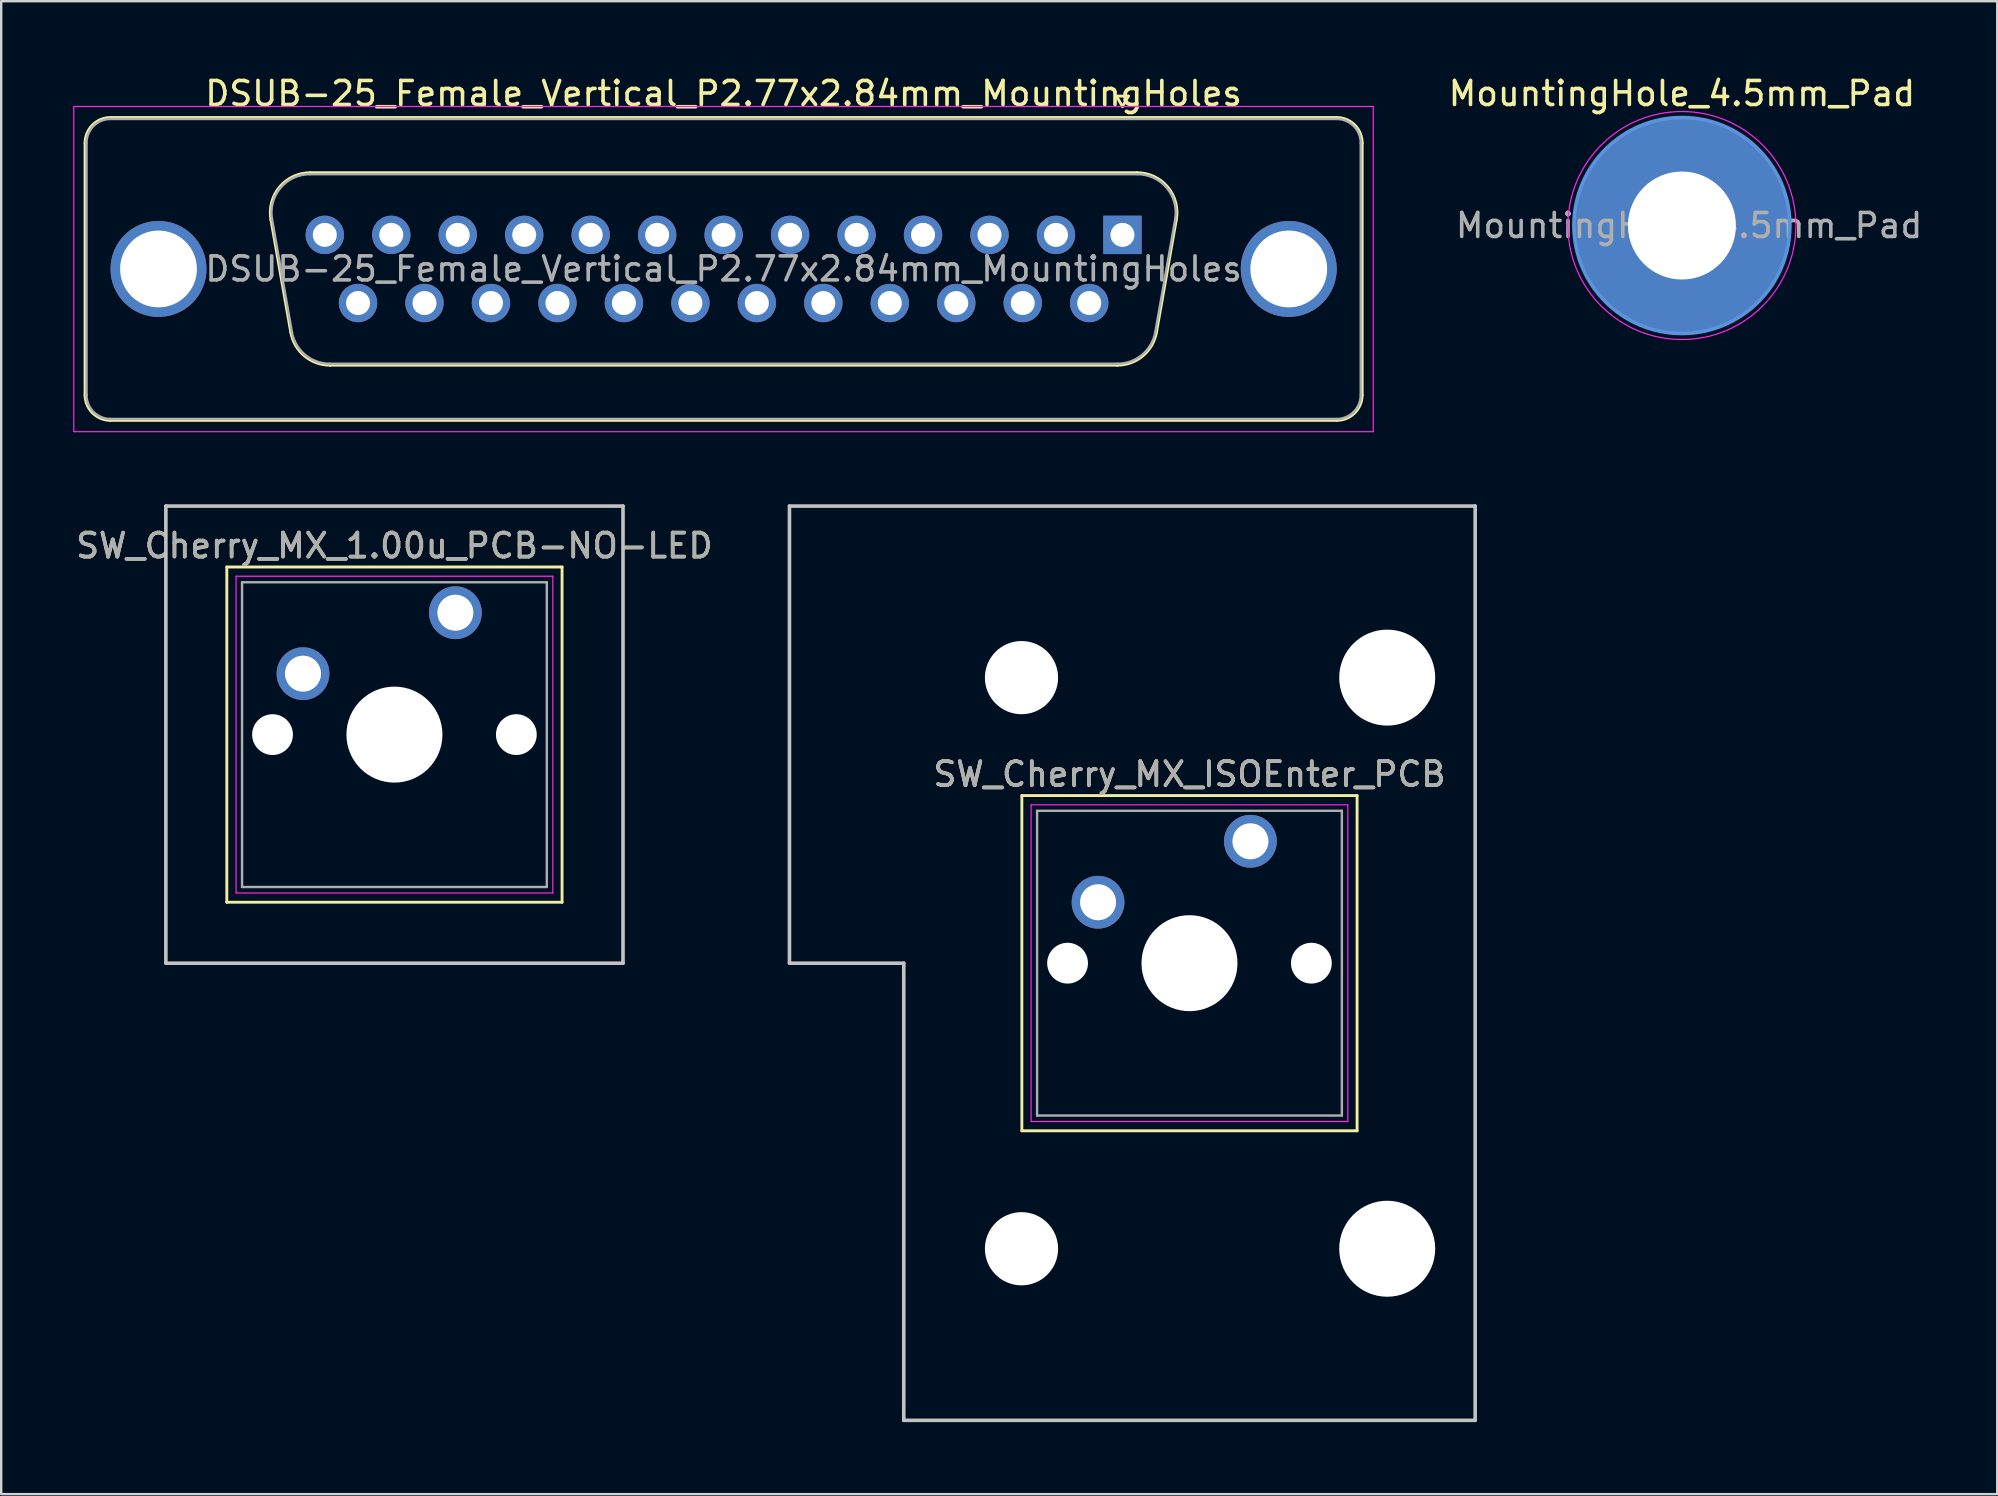
<source format=kicad_pcb>
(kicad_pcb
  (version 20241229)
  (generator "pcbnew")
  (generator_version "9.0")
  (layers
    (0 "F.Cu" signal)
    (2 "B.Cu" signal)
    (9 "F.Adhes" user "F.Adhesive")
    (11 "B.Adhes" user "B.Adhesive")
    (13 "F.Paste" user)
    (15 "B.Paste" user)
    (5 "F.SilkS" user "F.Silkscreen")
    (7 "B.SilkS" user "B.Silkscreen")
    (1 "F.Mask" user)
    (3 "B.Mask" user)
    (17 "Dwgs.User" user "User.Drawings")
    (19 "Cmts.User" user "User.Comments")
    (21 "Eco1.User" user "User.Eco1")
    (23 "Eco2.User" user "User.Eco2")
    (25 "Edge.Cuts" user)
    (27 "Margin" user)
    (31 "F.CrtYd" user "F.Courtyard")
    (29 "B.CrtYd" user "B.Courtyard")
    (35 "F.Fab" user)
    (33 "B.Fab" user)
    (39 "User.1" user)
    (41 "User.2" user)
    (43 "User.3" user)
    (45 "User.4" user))
  (footprint "SW_Cherry_MX_1.00u_PCB-NO-LED"
    (layer "F.Cu")
    (at 15.927 22.483)
    (property "Reference" "SW_Cherry_MX_1.00u_PCB-NO-LED" (at -2.54 -2.794 0) (layer "F.SilkS") (effects (font (size 1 1) (thickness 0.15))))
    (attr through_hole)
    (fp_line (start -9.525 -1.905) (end 4.445 -1.905) (stroke (width 0.12) (type solid)) (layer "F.SilkS"))
    (fp_line (start -9.525 12.065) (end -9.525 -1.905) (stroke (width 0.12) (type solid)) (layer "F.SilkS"))
    (fp_line (start 4.445 -1.905) (end 4.445 12.065) (stroke (width 0.12) (type solid)) (layer "F.SilkS"))
    (fp_line (start 4.445 12.065) (end -9.525 12.065) (stroke (width 0.12) (type solid)) (layer "F.SilkS"))
    (fp_line (start -12.065 -4.445) (end 6.985 -4.445) (stroke (width 0.15) (type solid)) (layer "Dwgs.User"))
    (fp_line (start -12.065 14.605) (end -12.065 -4.445) (stroke (width 0.15) (type solid)) (layer "Dwgs.User"))
    (fp_line (start 6.985 -4.445) (end 6.985 14.605) (stroke (width 0.15) (type solid)) (layer "Dwgs.User"))
    (fp_line (start 6.985 14.605) (end -12.065 14.605) (stroke (width 0.15) (type solid)) (layer "Dwgs.User"))
    (fp_line (start -9.14 -1.52) (end 4.06 -1.52) (stroke (width 0.05) (type solid)) (layer "F.CrtYd"))
    (fp_line (start -9.14 11.68) (end -9.14 -1.52) (stroke (width 0.05) (type solid)) (layer "F.CrtYd"))
    (fp_line (start 4.06 -1.52) (end 4.06 11.68) (stroke (width 0.05) (type solid)) (layer "F.CrtYd"))
    (fp_line (start 4.06 11.68) (end -9.14 11.68) (stroke (width 0.05) (type solid)) (layer "F.CrtYd"))
    (fp_line (start -8.89 -1.27) (end 3.81 -1.27) (stroke (width 0.1) (type solid)) (layer "F.Fab"))
    (fp_line (start -8.89 11.43) (end -8.89 -1.27) (stroke (width 0.1) (type solid)) (layer "F.Fab"))
    (fp_line (start 3.81 -1.27) (end 3.81 11.43) (stroke (width 0.1) (type solid)) (layer "F.Fab"))
    (fp_line (start 3.81 11.43) (end -8.89 11.43) (stroke (width 0.1) (type solid)) (layer "F.Fab"))
    (fp_text user "${REFERENCE}" (at -2.54 -2.794 0) (layer "F.Fab") (effects (font (size 1 1) (thickness 0.15))))
    (pad "" np_thru_hole circle (at -7.62 5.08) (size 1.7 1.7) (drill 1.7) (layers "*.Cu" "*.Mask"))
    (pad "" np_thru_hole circle (at -2.54 5.08) (size 4 4) (drill 4) (layers "*.Cu" "*.Mask"))
    (pad "" np_thru_hole circle (at 2.54 5.08) (size 1.7 1.7) (drill 1.7) (layers "*.Cu" "*.Mask"))
    (pad "1" thru_hole circle (at 0 0) (size 2.2 2.2) (drill 1.5) (layers "*.Cu" "*.Mask"))
    (pad "2" thru_hole circle (at -6.35 2.54) (size 2.2 2.2) (drill 1.5) (layers "*.Cu" "*.Mask")))
  (footprint "DSUB-25_Female_Vertical_P2.77x2.84mm_MountingHoles"
    (layer "F.Cu")
    (at 43.725 6.738)
    (property "Reference" "DSUB-25_Female_Vertical_P2.77x2.84mm_MountingHoles" (at -16.62 -5.89 180) (layer "F.SilkS") (effects (font (size 1 1) (thickness 0.15))))
    (attr through_hole)
    (fp_line (start -43.23 6.67) (end -43.23 -3.83) (stroke (width 0.12) (type solid)) (layer "F.SilkS"))
    (fp_line (start -42.17 -4.89) (end 8.93 -4.89) (stroke (width 0.12) (type solid)) (layer "F.SilkS"))
    (fp_line (start -35.486 -0.642) (end -34.658 4.058) (stroke (width 0.12) (type solid)) (layer "F.SilkS"))
    (fp_line (start -33.852 -2.59) (end 0.612 -2.59) (stroke (width 0.12) (type solid)) (layer "F.SilkS"))
    (fp_line (start -33.023 5.43) (end -0.217 5.43) (stroke (width 0.12) (type solid)) (layer "F.SilkS"))
    (fp_line (start -0.25 -5.784) (end 0.25 -5.784) (stroke (width 0.12) (type solid)) (layer "F.SilkS"))
    (fp_line (start 0 -5.351) (end -0.25 -5.784) (stroke (width 0.12) (type solid)) (layer "F.SilkS"))
    (fp_line (start 0.25 -5.784) (end 0 -5.351) (stroke (width 0.12) (type solid)) (layer "F.SilkS"))
    (fp_line (start 2.246 -0.642) (end 1.418 4.058) (stroke (width 0.12) (type solid)) (layer "F.SilkS"))
    (fp_line (start 8.93 7.73) (end -42.17 7.73) (stroke (width 0.12) (type solid)) (layer "F.SilkS"))
    (fp_line (start 9.99 -3.83) (end 9.99 6.67) (stroke (width 0.12) (type solid)) (layer "F.SilkS"))
    (fp_arc (start -43.23 -3.83) (mid -42.919533 -4.579533) (end -42.17 -4.89) (stroke (width 0.12) (type solid)) (layer "F.SilkS"))
    (fp_arc (start -42.17 7.73) (mid -42.919533 7.419533) (end -43.23 6.67) (stroke (width 0.12) (type solid)) (layer "F.SilkS"))
    (fp_arc (start -35.48647 -0.641744) (mid -35.123323 -1.997028) (end -33.851689 -2.59) (stroke (width 0.12) (type solid)) (layer "F.SilkS"))
    (fp_arc (start -33.022952 5.43) (mid -34.089979 5.041634) (end -34.657733 4.058256) (stroke (width 0.12) (type solid)) (layer "F.SilkS"))
    (fp_arc (start 0.611689 -2.59) (mid 1.883323 -1.997027) (end 2.24647 -0.641744) (stroke (width 0.12) (type solid)) (layer "F.SilkS"))
    (fp_arc (start 1.417733 4.058256) (mid 0.84998 5.041634) (end -0.217048 5.43) (stroke (width 0.12) (type solid)) (layer "F.SilkS"))
    (fp_arc (start 8.93 -4.89) (mid 9.679533 -4.579533) (end 9.99 -3.83) (stroke (width 0.12) (type solid)) (layer "F.SilkS"))
    (fp_arc (start 9.99 6.67) (mid 9.679533 7.419533) (end 8.93 7.73) (stroke (width 0.12) (type solid)) (layer "F.SilkS"))
    (fp_line (start -43.7 -5.35) (end -43.7 8.2) (stroke (width 0.05) (type solid)) (layer "F.CrtYd"))
    (fp_line (start -43.7 8.2) (end 10.45 8.2) (stroke (width 0.05) (type solid)) (layer "F.CrtYd"))
    (fp_line (start 10.45 -5.35) (end -43.7 -5.35) (stroke (width 0.05) (type solid)) (layer "F.CrtYd"))
    (fp_line (start 10.45 8.2) (end 10.45 -5.35) (stroke (width 0.05) (type solid)) (layer "F.CrtYd"))
    (fp_line (start -43.17 6.67) (end -43.17 -3.83) (stroke (width 0.1) (type solid)) (layer "F.Fab"))
    (fp_line (start -42.17 -4.83) (end 8.93 -4.83) (stroke (width 0.1) (type solid)) (layer "F.Fab"))
    (fp_line (start -35.439 -0.652) (end -34.61 4.048) (stroke (width 0.1) (type solid)) (layer "F.Fab"))
    (fp_line (start -33.863 -2.53) (end 0.623 -2.53) (stroke (width 0.1) (type solid)) (layer "F.Fab"))
    (fp_line (start -33.034 5.37) (end -0.206 5.37) (stroke (width 0.1) (type solid)) (layer "F.Fab"))
    (fp_line (start 2.199 -0.652) (end 1.37 4.048) (stroke (width 0.1) (type solid)) (layer "F.Fab"))
    (fp_line (start 8.93 7.67) (end -42.17 7.67) (stroke (width 0.1) (type solid)) (layer "F.Fab"))
    (fp_line (start 9.93 -3.83) (end 9.93 6.67) (stroke (width 0.1) (type solid)) (layer "F.Fab"))
    (fp_arc (start -43.17 -3.83) (mid -42.877107 -4.537107) (end -42.17 -4.83) (stroke (width 0.1) (type solid)) (layer "F.Fab"))
    (fp_arc (start -42.17 7.67) (mid -42.877107 7.377107) (end -43.17 6.67) (stroke (width 0.1) (type solid)) (layer "F.Fab"))
    (fp_arc (start -35.438886 -0.652163) (mid -35.088865 -1.95846) (end -33.863194 -2.53) (stroke (width 0.1) (type solid)) (layer "F.Fab"))
    (fp_arc (start -33.034457 5.37) (mid -34.062917 4.995671) (end -34.610149 4.047837) (stroke (width 0.1) (type solid)) (layer "F.Fab"))
    (fp_arc (start 0.623194 -2.53) (mid 1.848865 -1.95846) (end 2.198886 -0.652163) (stroke (width 0.1) (type solid)) (layer "F.Fab"))
    (fp_arc (start 1.370149 4.047837) (mid 0.822917 4.995671) (end -0.205543 5.37) (stroke (width 0.1) (type solid)) (layer "F.Fab"))
    (fp_arc (start 8.93 -4.83) (mid 9.637107 -4.537107) (end 9.93 -3.83) (stroke (width 0.1) (type solid)) (layer "F.Fab"))
    (fp_arc (start 9.93 6.67) (mid 9.637107 7.377107) (end 8.93 7.67) (stroke (width 0.1) (type solid)) (layer "F.Fab"))
    (fp_text user "${REFERENCE}" (at -16.62 1.42 180) (layer "F.Fab") (effects (font (size 1 1) (thickness 0.15))))
    (pad "0" thru_hole circle (at -40.17 1.42) (size 4 4) (drill 3.2) (layers "*.Cu" "*.Mask"))
    (pad "0" thru_hole circle (at 6.93 1.42) (size 4 4) (drill 3.2) (layers "*.Cu" "*.Mask"))
    (pad "1" thru_hole rect (at 0 0) (size 1.6 1.6) (drill 1) (layers "*.Cu" "*.Mask"))
    (pad "2" thru_hole circle (at -2.77 0) (size 1.6 1.6) (drill 1) (layers "*.Cu" "*.Mask"))
    (pad "3" thru_hole circle (at -5.54 0) (size 1.6 1.6) (drill 1) (layers "*.Cu" "*.Mask"))
    (pad "4" thru_hole circle (at -8.31 0) (size 1.6 1.6) (drill 1) (layers "*.Cu" "*.Mask"))
    (pad "5" thru_hole circle (at -11.08 0) (size 1.6 1.6) (drill 1) (layers "*.Cu" "*.Mask"))
    (pad "6" thru_hole circle (at -13.85 0) (size 1.6 1.6) (drill 1) (layers "*.Cu" "*.Mask"))
    (pad "7" thru_hole circle (at -16.62 0) (size 1.6 1.6) (drill 1) (layers "*.Cu" "*.Mask"))
    (pad "8" thru_hole circle (at -19.39 0) (size 1.6 1.6) (drill 1) (layers "*.Cu" "*.Mask"))
    (pad "9" thru_hole circle (at -22.16 0) (size 1.6 1.6) (drill 1) (layers "*.Cu" "*.Mask"))
    (pad "10" thru_hole circle (at -24.93 0) (size 1.6 1.6) (drill 1) (layers "*.Cu" "*.Mask"))
    (pad "11" thru_hole circle (at -27.7 0) (size 1.6 1.6) (drill 1) (layers "*.Cu" "*.Mask"))
    (pad "12" thru_hole circle (at -30.47 0) (size 1.6 1.6) (drill 1) (layers "*.Cu" "*.Mask"))
    (pad "13" thru_hole circle (at -33.24 0) (size 1.6 1.6) (drill 1) (layers "*.Cu" "*.Mask"))
    (pad "14" thru_hole circle (at -1.385 2.84) (size 1.6 1.6) (drill 1) (layers "*.Cu" "*.Mask"))
    (pad "15" thru_hole circle (at -4.155 2.84) (size 1.6 1.6) (drill 1) (layers "*.Cu" "*.Mask"))
    (pad "16" thru_hole circle (at -6.925 2.84) (size 1.6 1.6) (drill 1) (layers "*.Cu" "*.Mask"))
    (pad "17" thru_hole circle (at -9.695 2.84) (size 1.6 1.6) (drill 1) (layers "*.Cu" "*.Mask"))
    (pad "18" thru_hole circle (at -12.465 2.84) (size 1.6 1.6) (drill 1) (layers "*.Cu" "*.Mask"))
    (pad "19" thru_hole circle (at -15.235 2.84) (size 1.6 1.6) (drill 1) (layers "*.Cu" "*.Mask"))
    (pad "20" thru_hole circle (at -18.005 2.84) (size 1.6 1.6) (drill 1) (layers "*.Cu" "*.Mask"))
    (pad "21" thru_hole circle (at -20.775 2.84) (size 1.6 1.6) (drill 1) (layers "*.Cu" "*.Mask"))
    (pad "22" thru_hole circle (at -23.545 2.84) (size 1.6 1.6) (drill 1) (layers "*.Cu" "*.Mask"))
    (pad "23" thru_hole circle (at -26.315 2.84) (size 1.6 1.6) (drill 1) (layers "*.Cu" "*.Mask"))
    (pad "24" thru_hole circle (at -29.085 2.84) (size 1.6 1.6) (drill 1) (layers "*.Cu" "*.Mask"))
    (pad "25" thru_hole circle (at -31.855 2.84) (size 1.6 1.6) (drill 1) (layers "*.Cu" "*.Mask")))
  (footprint "SW_Cherry_MX_ISOEnter_PCB"
    (layer "F.Cu")
    (at 49.058 32.008)
    (property "Reference" "SW_Cherry_MX_ISOEnter_PCB" (at -2.54 -2.794 0) (layer "F.SilkS") (effects (font (size 1 1) (thickness 0.15))))
    (attr through_hole)
    (fp_line (start -9.525 -1.905) (end 4.445 -1.905) (stroke (width 0.12) (type solid)) (layer "F.SilkS"))
    (fp_line (start -9.525 12.065) (end -9.525 -1.905) (stroke (width 0.12) (type solid)) (layer "F.SilkS"))
    (fp_line (start 4.445 -1.905) (end 4.445 12.065) (stroke (width 0.12) (type solid)) (layer "F.SilkS"))
    (fp_line (start 4.445 12.065) (end -9.525 12.065) (stroke (width 0.12) (type solid)) (layer "F.SilkS"))
    (fp_line (start -19.209 -13.97) (end 9.366 -13.97) (stroke (width 0.15) (type solid)) (layer "Dwgs.User"))
    (fp_line (start -19.209 5.08) (end -19.209 -13.97) (stroke (width 0.15) (type solid)) (layer "Dwgs.User"))
    (fp_line (start -14.446 5.08) (end -19.209 5.08) (stroke (width 0.15) (type solid)) (layer "Dwgs.User"))
    (fp_line (start -14.446 24.13) (end -14.446 5.08) (stroke (width 0.15) (type solid)) (layer "Dwgs.User"))
    (fp_line (start 9.366 -13.97) (end 9.366 24.13) (stroke (width 0.15) (type solid)) (layer "Dwgs.User"))
    (fp_line (start 9.366 24.13) (end -14.446 24.13) (stroke (width 0.15) (type solid)) (layer "Dwgs.User"))
    (fp_line (start -9.14 -1.52) (end 4.06 -1.52) (stroke (width 0.05) (type solid)) (layer "F.CrtYd"))
    (fp_line (start -9.14 11.68) (end -9.14 -1.52) (stroke (width 0.05) (type solid)) (layer "F.CrtYd"))
    (fp_line (start 4.06 -1.52) (end 4.06 11.68) (stroke (width 0.05) (type solid)) (layer "F.CrtYd"))
    (fp_line (start 4.06 11.68) (end -9.14 11.68) (stroke (width 0.05) (type solid)) (layer "F.CrtYd"))
    (fp_line (start -8.89 -1.27) (end 3.81 -1.27) (stroke (width 0.1) (type solid)) (layer "F.Fab"))
    (fp_line (start -8.89 11.43) (end -8.89 -1.27) (stroke (width 0.1) (type solid)) (layer "F.Fab"))
    (fp_line (start 3.81 -1.27) (end 3.81 11.43) (stroke (width 0.1) (type solid)) (layer "F.Fab"))
    (fp_line (start 3.81 11.43) (end -8.89 11.43) (stroke (width 0.1) (type solid)) (layer "F.Fab"))
    (fp_text user "${REFERENCE}" (at -2.54 -2.794 0) (layer "F.Fab") (effects (font (size 1 1) (thickness 0.15))))
    (pad "" np_thru_hole circle (at -9.54 -6.82) (size 3.05 3.05) (drill 3.05) (layers "*.Cu" "*.Mask"))
    (pad "" np_thru_hole circle (at -9.54 16.98) (size 3.05 3.05) (drill 3.05) (layers "*.Cu" "*.Mask"))
    (pad "" np_thru_hole circle (at -7.62 5.08) (size 1.7 1.7) (drill 1.7) (layers "*.Cu" "*.Mask"))
    (pad "" np_thru_hole circle (at -2.54 5.08) (size 4 4) (drill 4) (layers "*.Cu" "*.Mask"))
    (pad "" np_thru_hole circle (at 2.54 5.08) (size 1.7 1.7) (drill 1.7) (layers "*.Cu" "*.Mask"))
    (pad "" np_thru_hole circle (at 5.7 -6.82) (size 4 4) (drill 4) (layers "*.Cu" "*.Mask"))
    (pad "" np_thru_hole circle (at 5.7 16.98) (size 4 4) (drill 4) (layers "*.Cu" "*.Mask"))
    (pad "1" thru_hole circle (at 0 0) (size 2.2 2.2) (drill 1.5) (layers "*.Cu" "*.Mask"))
    (pad "2" thru_hole circle (at -6.35 2.54) (size 2.2 2.2) (drill 1.5) (layers "*.Cu" "*.Mask")))
  (footprint "MountingHole_4.5mm_Pad"
    (layer "F.Cu")
    (at 67.039 6.348)
    (property "Reference" "MountingHole_4.5mm_Pad" (at 0 -5.5 0) (layer "F.SilkS") (effects (font (size 1 1) (thickness 0.15))))
    (attr exclude_from_pos_files exclude_from_bom)
    (fp_circle (center 0 0) (end 4.5 0) (stroke (width 0.15) (type solid)) (fill no) (layer "Cmts.User"))
    (fp_circle (center 0 0) (end 4.75 0) (stroke (width 0.05) (type solid)) (fill no) (layer "F.CrtYd"))
    (fp_text user "${REFERENCE}" (at 0.3 0 0) (layer "F.Fab") (effects (font (size 1 1) (thickness 0.15))))
    (pad "1" thru_hole circle (at 0 0) (size 9 9) (drill 4.5) (layers "*.Cu" "*.Mask")))
  (gr_rect
    (start -3 -3)
    (end 80.179 59.213)
    (stroke (width 0.1) (type default))
    (fill no)
    (layer "Edge.Cuts")))
</source>
